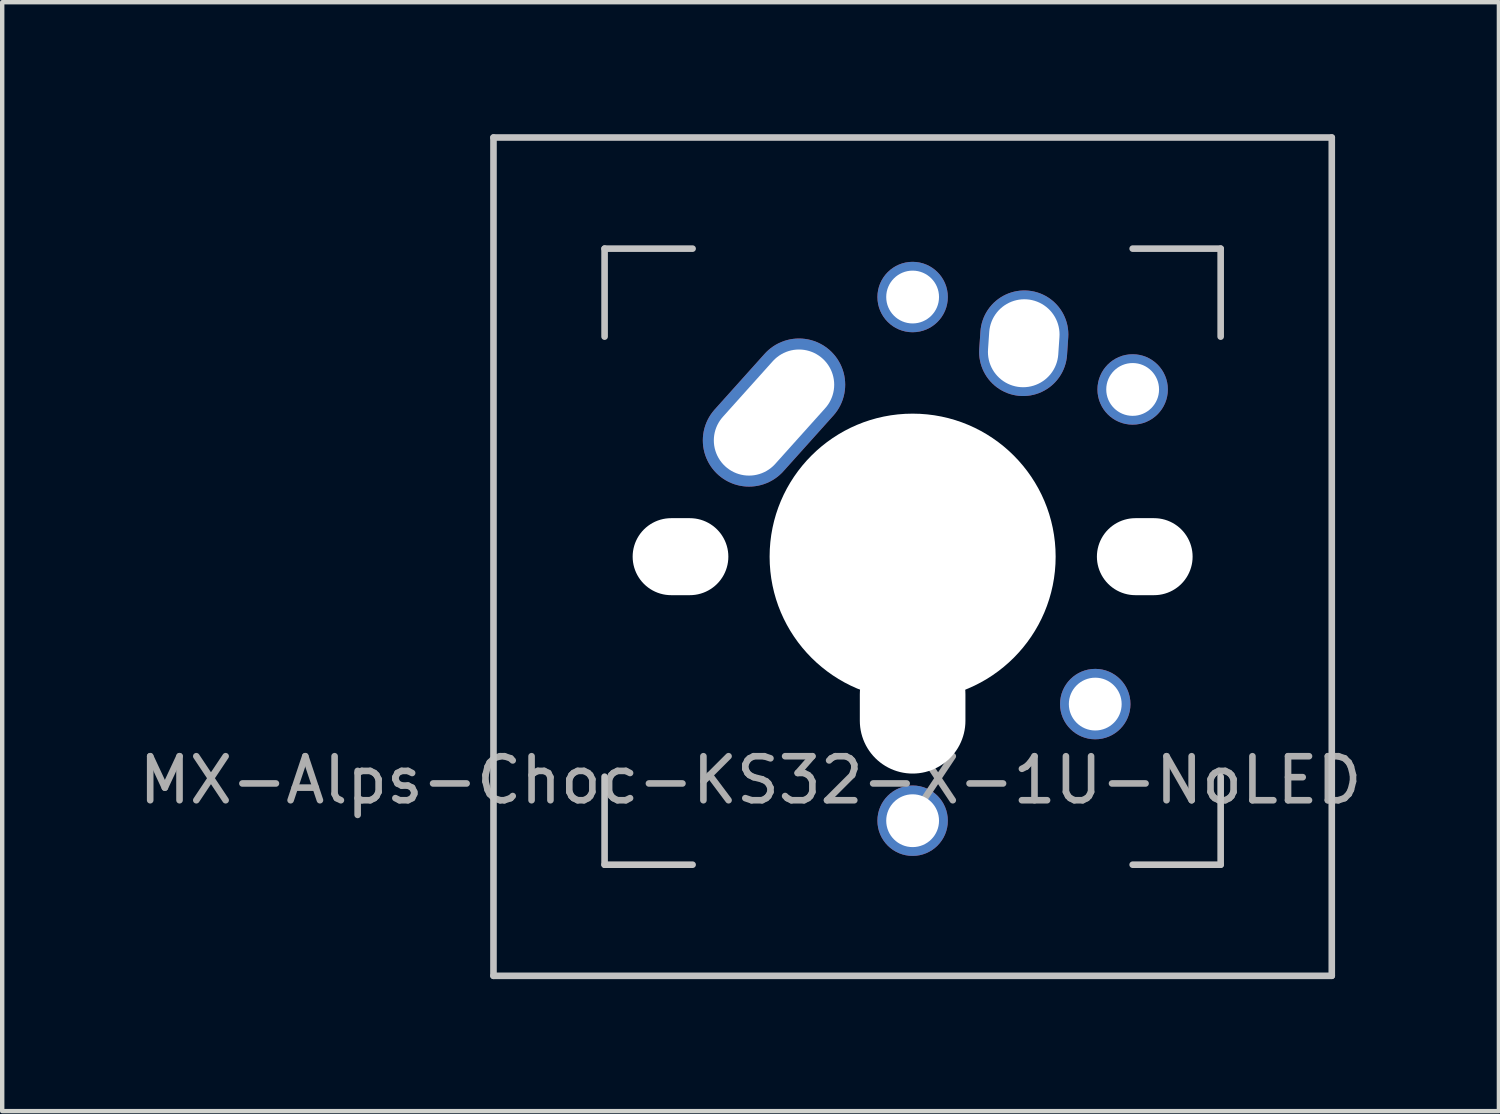
<source format=kicad_pcb>
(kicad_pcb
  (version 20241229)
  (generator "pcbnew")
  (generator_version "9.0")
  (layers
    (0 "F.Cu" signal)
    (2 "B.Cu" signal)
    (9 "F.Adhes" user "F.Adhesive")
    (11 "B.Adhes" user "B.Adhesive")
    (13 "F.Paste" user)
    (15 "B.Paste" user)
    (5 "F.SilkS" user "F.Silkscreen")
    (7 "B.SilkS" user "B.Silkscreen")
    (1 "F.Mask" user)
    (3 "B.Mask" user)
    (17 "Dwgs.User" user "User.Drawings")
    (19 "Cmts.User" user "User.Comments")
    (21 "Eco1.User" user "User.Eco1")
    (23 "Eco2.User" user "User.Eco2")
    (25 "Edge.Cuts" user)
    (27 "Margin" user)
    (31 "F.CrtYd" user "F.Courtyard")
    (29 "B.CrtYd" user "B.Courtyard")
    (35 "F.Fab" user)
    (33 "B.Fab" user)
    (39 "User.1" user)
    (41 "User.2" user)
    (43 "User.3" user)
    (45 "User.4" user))
  (footprint "MX-Alps-Choc-KS32-X-1U-NoLED"
    (layer "F.Cu")
    (at 17.689 9.6)
    (property "Reference" "MX-Alps-Choc-KS32-X-1U-NoLED" (at -3.683 5.08 0) (layer "F.Fab") (effects (font (size 1 1) (thickness 0.15))))
    (attr through_hole)
    (fp_line (start -9.525 -9.525) (end 9.525 -9.525) (stroke (width 0.15) (type solid)) (layer "Dwgs.User"))
    (fp_line (start -9.525 9.525) (end -9.525 -9.525) (stroke (width 0.15) (type solid)) (layer "Dwgs.User"))
    (fp_line (start -7 -7) (end -7 -5) (stroke (width 0.15) (type solid)) (layer "Dwgs.User"))
    (fp_line (start -7 5) (end -7 7) (stroke (width 0.15) (type solid)) (layer "Dwgs.User"))
    (fp_line (start -7 7) (end -5 7) (stroke (width 0.15) (type solid)) (layer "Dwgs.User"))
    (fp_line (start -5 -7) (end -7 -7) (stroke (width 0.15) (type solid)) (layer "Dwgs.User"))
    (fp_line (start 5 -7) (end 7 -7) (stroke (width 0.15) (type solid)) (layer "Dwgs.User"))
    (fp_line (start 5 7) (end 7 7) (stroke (width 0.15) (type solid)) (layer "Dwgs.User"))
    (fp_line (start 7 -7) (end 7 -5) (stroke (width 0.15) (type solid)) (layer "Dwgs.User"))
    (fp_line (start 7 7) (end 7 5) (stroke (width 0.15) (type solid)) (layer "Dwgs.User"))
    (fp_line (start 9.525 -9.525) (end 9.525 9.525) (stroke (width 0.15) (type solid)) (layer "Dwgs.User"))
    (fp_line (start 9.525 9.525) (end -9.525 9.525) (stroke (width 0.15) (type solid)) (layer "Dwgs.User"))
    (pad "" np_thru_hole oval (at -5.275 0 90) (size 1.75 2.175) (drill oval 1.75 2.175) (layers "*.Cu" "*.Mask"))
    (pad "" np_thru_hole circle (at 0 0 90) (size 6.5 6.5) (drill 6.5) (layers "*.Cu" "*.Mask"))
    (pad "" np_thru_hole oval (at 0 3.429 180) (size 2.4 3) (drill oval 2.4 3) (layers "*.Cu" "*.Mask"))
    (pad "" np_thru_hole oval (at 5.275 0 90) (size 1.75 2.175) (drill oval 1.75 2.175) (layers "*.Cu" "*.Mask"))
    (pad "1" thru_hole oval (at 2.525 -4.85 86.1) (size 2.4 2) (drill oval 2 1.6) (layers "*.Cu" "*.Mask"))
    (pad "1" thru_hole circle (at 4.15 3.35) (size 1.6 1.6) (drill 1.2) (layers "*.Cu" "*.Mask"))
    (pad "1" thru_hole circle (at 5 -3.8) (size 1.6 1.6) (drill 1.2) (layers "*.Cu" "*.Mask"))
    (pad "2" thru_hole oval (at -3.15 -3.275 48.1) (size 3.8 2.1) (drill oval 3.3 1.6) (layers "*.Cu" "*.Mask"))
    (pad "2" thru_hole circle (at 0 -5.9) (size 1.6 1.6) (drill 1.2) (layers "*.Cu" "*.Mask"))
    (pad "2" thru_hole circle (at 0 6) (size 1.6 1.6) (drill 1.2) (layers "*.Cu" "*.Mask")))
  (gr_rect
    (start -3 -3)
    (end 31.012 22.2)
    (stroke (width 0.1) (type default))
    (fill no)
    (layer "Edge.Cuts")))
</source>
